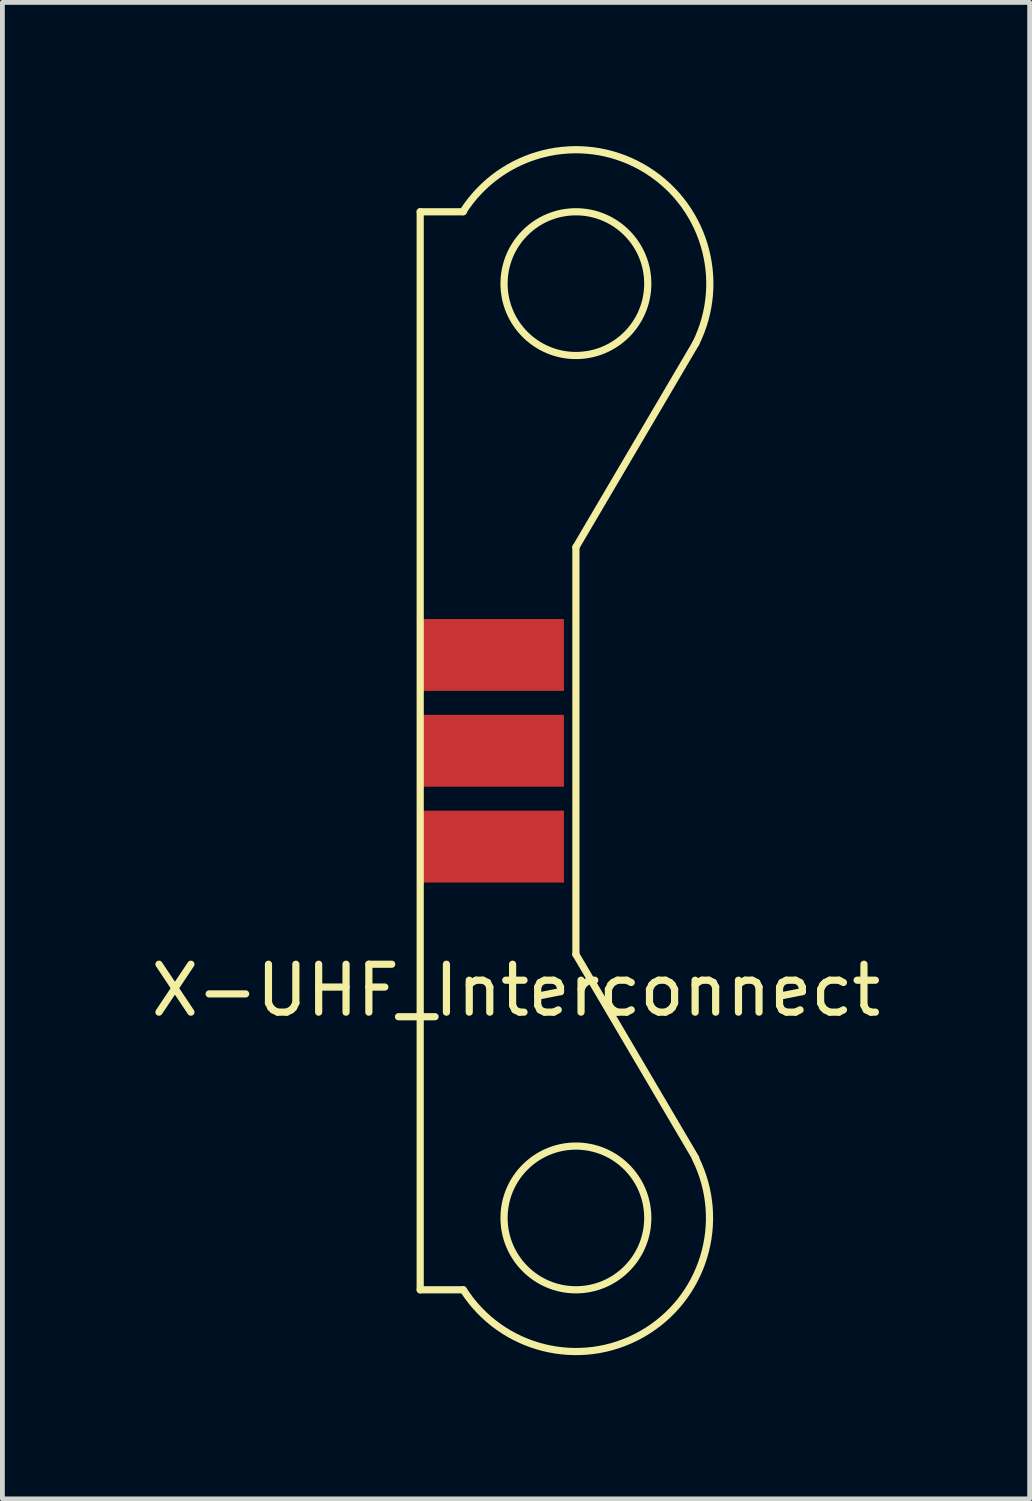
<source format=kicad_pcb>
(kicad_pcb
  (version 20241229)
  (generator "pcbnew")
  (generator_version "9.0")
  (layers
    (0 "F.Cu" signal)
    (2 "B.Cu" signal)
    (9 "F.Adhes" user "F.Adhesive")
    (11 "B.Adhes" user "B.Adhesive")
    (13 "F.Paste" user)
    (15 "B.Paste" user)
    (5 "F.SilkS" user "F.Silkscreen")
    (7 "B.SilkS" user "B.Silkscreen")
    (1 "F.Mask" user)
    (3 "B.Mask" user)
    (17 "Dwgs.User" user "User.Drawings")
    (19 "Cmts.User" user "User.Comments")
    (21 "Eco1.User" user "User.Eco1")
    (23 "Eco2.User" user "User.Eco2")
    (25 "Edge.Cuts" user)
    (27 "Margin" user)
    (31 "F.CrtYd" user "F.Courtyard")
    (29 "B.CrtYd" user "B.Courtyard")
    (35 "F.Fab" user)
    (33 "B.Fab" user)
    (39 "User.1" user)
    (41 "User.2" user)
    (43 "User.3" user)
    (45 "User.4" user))
  (footprint "X-UHF_Interconnect"
    (layer "F.Cu")
    (at 5.72 12.62)
    (property "Reference" "X-UHF_Interconnect" (at 2 5 0) (layer "F.SilkS") (effects (font (size 1 1) (thickness 0.15))))
    (attr through_hole)
    (fp_line (start 0 11.25) (end 0 -11.25) (stroke (width 0.15) (type solid)) (layer "F.SilkS"))
    (fp_line (start 0.9 -11.25) (end 0 -11.25) (stroke (width 0.15) (type solid)) (layer "F.SilkS"))
    (fp_line (start 0.9 11.25) (end 0 11.25) (stroke (width 0.15) (type solid)) (layer "F.SilkS"))
    (fp_line (start 3.25 -4.25) (end 3.25 4.25) (stroke (width 0.15) (type solid)) (layer "F.SilkS"))
    (fp_line (start 3.25 -4.25) (end 5.75 -8.5) (stroke (width 0.15) (type solid)) (layer "F.SilkS"))
    (fp_line (start 3.25 4.25) (end 5.75 8.5) (stroke (width 0.15) (type solid)) (layer "F.SilkS"))
    (fp_arc (start 0.893962 -11.253854) (mid 4.628807 -12.181334) (end 5.749999 -8.500001) (stroke (width 0.15) (type solid)) (layer "F.SilkS"))
    (fp_arc (start 5.743592 8.503205) (mid 4.625273 12.175103) (end 0.9 11.25) (stroke (width 0.15) (type solid)) (layer "F.SilkS"))
    (fp_circle (center 3.25 -9.75) (end 4.75 -9.75) (stroke (width 0.15) (type solid)) (fill no) (layer "F.SilkS"))
    (fp_circle (center 3.25 9.75) (end 4.75 9.75) (stroke (width 0.15) (type solid)) (fill no) (layer "F.SilkS"))
    (pad "1" smd rect (at 1.5 -2) (size 3 1.5) (layers "F.Cu" "F.Mask" "F.Paste"))
    (pad "2" smd rect (at 1.5 0) (size 3 1.5) (layers "F.Cu" "F.Mask" "F.Paste"))
    (pad "3" smd rect (at 1.5 2) (size 3 1.5) (layers "F.Cu" "F.Mask" "F.Paste")))
  (gr_rect
    (start -3 -3)
    (end 18.44 28.233)
    (stroke (width 0.1) (type default))
    (fill no)
    (layer "Edge.Cuts")))
</source>
